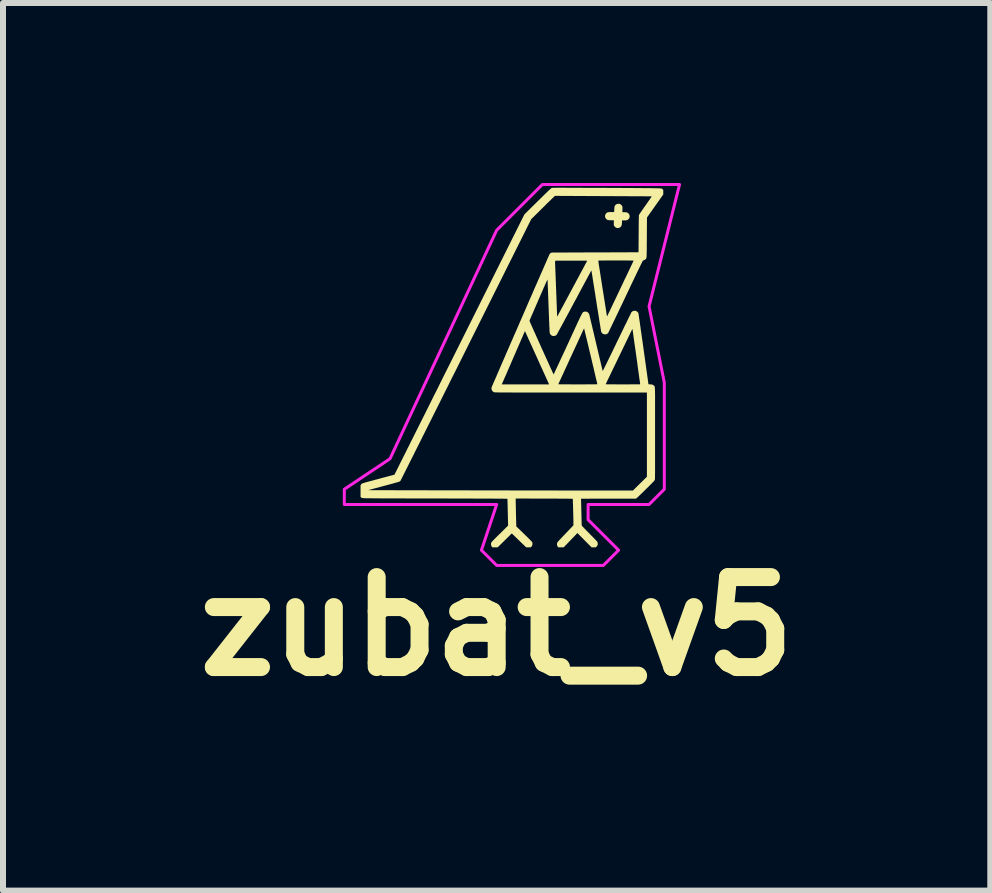
<source format=kicad_pcb>
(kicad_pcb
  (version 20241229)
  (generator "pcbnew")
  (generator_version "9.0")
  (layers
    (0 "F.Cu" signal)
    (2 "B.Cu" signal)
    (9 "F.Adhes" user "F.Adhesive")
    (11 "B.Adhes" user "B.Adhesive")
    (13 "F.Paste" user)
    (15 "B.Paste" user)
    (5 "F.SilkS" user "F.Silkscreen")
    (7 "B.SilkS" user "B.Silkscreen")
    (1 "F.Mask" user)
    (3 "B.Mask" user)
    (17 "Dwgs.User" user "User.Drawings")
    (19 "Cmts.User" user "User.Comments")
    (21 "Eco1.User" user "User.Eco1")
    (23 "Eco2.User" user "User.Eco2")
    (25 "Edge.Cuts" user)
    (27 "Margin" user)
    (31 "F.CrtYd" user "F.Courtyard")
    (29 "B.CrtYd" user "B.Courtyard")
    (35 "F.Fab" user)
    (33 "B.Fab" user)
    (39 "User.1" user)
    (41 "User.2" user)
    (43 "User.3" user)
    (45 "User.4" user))
  (footprint "zubat_v5"
    (layer "F.Cu")
    (at 5.483 3.073)
    (property "Reference" "zubat_v5" (at -0.254 4.318 0) (layer "F.SilkS") (effects (font (size 1.5 1.5) (thickness 0.3))))
    (attr board_only exclude_from_pos_files exclude_from_bom)
    (fp_poly (pts (xy 1.788 -2.726) (xy 1.797 -2.724) (xy 1.805 -2.721) (xy 1.809 -2.718) (xy 1.824 -2.707) (xy 1.835 -2.692) (xy 1.84 -2.681) (xy 1.842 -2.675) (xy 1.843 -2.669) (xy 1.843 -2.66) (xy 1.843 -2.649) (xy 1.843 -2.633) (xy 1.842 -2.627) (xy 1.841 -2.586) (xy 1.873 -2.586) (xy 1.893 -2.585) (xy 1.909 -2.583) (xy 1.921 -2.58) (xy 1.931 -2.575) (xy 1.941 -2.568) (xy 1.943 -2.565) (xy 1.955 -2.55) (xy 1.961 -2.533) (xy 1.963 -2.516) (xy 1.961 -2.498) (xy 1.953 -2.482) (xy 1.943 -2.47) (xy 1.935 -2.462) (xy 1.925 -2.456) (xy 1.914 -2.453) (xy 1.901 -2.45) (xy 1.883 -2.449) (xy 1.87 -2.449) (xy 1.836 -2.449) (xy 1.835 -2.44) (xy 1.835 -2.434) (xy 1.835 -2.424) (xy 1.834 -2.411) (xy 1.833 -2.4) (xy 1.832 -2.385) (xy 1.831 -2.375) (xy 1.829 -2.367) (xy 1.826 -2.361) (xy 1.824 -2.355) (xy 1.812 -2.341) (xy 1.798 -2.33) (xy 1.781 -2.323) (xy 1.763 -2.321) (xy 1.745 -2.324) (xy 1.742 -2.325) (xy 1.726 -2.334) (xy 1.712 -2.347) (xy 1.705 -2.356) (xy 1.702 -2.361) (xy 1.7 -2.366) (xy 1.699 -2.371) (xy 1.698 -2.377) (xy 1.698 -2.387) (xy 1.698 -2.4) (xy 1.698 -2.41) (xy 1.699 -2.452) (xy 1.654 -2.452) (xy 1.633 -2.452) (xy 1.617 -2.453) (xy 1.604 -2.455) (xy 1.593 -2.458) (xy 1.585 -2.462) (xy 1.577 -2.468) (xy 1.572 -2.472) (xy 1.561 -2.487) (xy 1.554 -2.504) (xy 1.552 -2.522) (xy 1.555 -2.539) (xy 1.562 -2.556) (xy 1.572 -2.568) (xy 1.58 -2.575) (xy 1.587 -2.58) (xy 1.596 -2.583) (xy 1.606 -2.586) (xy 1.62 -2.587) (xy 1.637 -2.588) (xy 1.657 -2.588) (xy 1.704 -2.588) (xy 1.706 -2.629) (xy 1.707 -2.648) (xy 1.708 -2.663) (xy 1.71 -2.674) (xy 1.712 -2.683) (xy 1.715 -2.69) (xy 1.719 -2.697) (xy 1.722 -2.701) (xy 1.735 -2.714) (xy 1.751 -2.722) (xy 1.77 -2.726) (xy 1.777 -2.726)) (stroke (width 0) (type solid)) (fill yes) (layer "F.SilkS"))
    (fp_poly (pts (xy 0.84 -2.994) (xy 0.87 -2.994) (xy 0.903 -2.993) (xy 0.939 -2.993) (xy 0.979 -2.993) (xy 1.023 -2.993) (xy 1.07 -2.993) (xy 1.122 -2.993) (xy 1.178 -2.992) (xy 1.239 -2.992) (xy 1.304 -2.992) (xy 1.374 -2.992) (xy 1.449 -2.991) (xy 1.529 -2.991) (xy 1.577 -2.991) (xy 1.661 -2.99) (xy 1.74 -2.99) (xy 1.813 -2.99) (xy 1.882 -2.989) (xy 1.946 -2.989) (xy 2.006 -2.989) (xy 2.061 -2.988) (xy 2.111 -2.988) (xy 2.158 -2.988) (xy 2.201 -2.987) (xy 2.24 -2.987) (xy 2.275 -2.987) (xy 2.308 -2.987) (xy 2.337 -2.986) (xy 2.362 -2.986) (xy 2.386 -2.985) (xy 2.406 -2.985) (xy 2.424 -2.985) (xy 2.439 -2.984) (xy 2.453 -2.984) (xy 2.464 -2.983) (xy 2.474 -2.982) (xy 2.482 -2.982) (xy 2.488 -2.981) (xy 2.494 -2.98) (xy 2.498 -2.979) (xy 2.501 -2.978) (xy 2.503 -2.977) (xy 2.505 -2.976) (xy 2.506 -2.974) (xy 2.508 -2.973) (xy 2.509 -2.972) (xy 2.51 -2.97) (xy 2.511 -2.968) (xy 2.512 -2.968) (xy 2.523 -2.957) (xy 2.523 -2.919) (xy 2.523 -2.881) (xy 2.387 -2.689) (xy 2.251 -2.497) (xy 2.249 -2.168) (xy 2.249 -2.117) (xy 2.248 -2.072) (xy 2.248 -2.031) (xy 2.248 -1.995) (xy 2.248 -1.964) (xy 2.247 -1.936) (xy 2.247 -1.912) (xy 2.246 -1.891) (xy 2.246 -1.874) (xy 2.245 -1.859) (xy 2.245 -1.847) (xy 2.244 -1.837) (xy 2.243 -1.829) (xy 2.241 -1.823) (xy 2.24 -1.818) (xy 2.238 -1.814) (xy 2.236 -1.811) (xy 2.234 -1.808) (xy 2.232 -1.806) (xy 2.229 -1.803) (xy 2.227 -1.801) (xy 2.217 -1.793) (xy 2.205 -1.787) (xy 2.193 -1.782) (xy 2.185 -1.781) (xy 2.183 -1.779) (xy 2.18 -1.773) (xy 2.175 -1.764) (xy 2.169 -1.75) (xy 2.16 -1.733) (xy 2.149 -1.712) (xy 2.137 -1.686) (xy 2.122 -1.656) (xy 2.106 -1.622) (xy 2.087 -1.583) (xy 2.067 -1.541) (xy 2.044 -1.493) (xy 2.019 -1.441) (xy 1.992 -1.385) (xy 1.963 -1.323) (xy 1.932 -1.257) (xy 1.898 -1.186) (xy 1.896 -1.181) (xy 1.87 -1.127) (xy 1.845 -1.074) (xy 1.82 -1.022) (xy 1.796 -0.973) (xy 1.774 -0.925) (xy 1.752 -0.879) (xy 1.731 -0.836) (xy 1.712 -0.795) (xy 1.693 -0.757) (xy 1.676 -0.721) (xy 1.661 -0.689) (xy 1.647 -0.661) (xy 1.635 -0.636) (xy 1.625 -0.615) (xy 1.617 -0.598) (xy 1.61 -0.585) (xy 1.606 -0.576) (xy 1.604 -0.573) (xy 1.604 -0.573) (xy 1.592 -0.561) (xy 1.577 -0.553) (xy 1.561 -0.549) (xy 1.544 -0.55) (xy 1.528 -0.554) (xy 1.513 -0.561) (xy 1.501 -0.572) (xy 1.491 -0.586) (xy 1.488 -0.595) (xy 1.487 -0.599) (xy 1.485 -0.608) (xy 1.483 -0.623) (xy 1.48 -0.641) (xy 1.476 -0.664) (xy 1.472 -0.691) (xy 1.467 -0.722) (xy 1.461 -0.756) (xy 1.455 -0.794) (xy 1.449 -0.834) (xy 1.442 -0.877) (xy 1.435 -0.922) (xy 1.427 -0.97) (xy 1.419 -1.019) (xy 1.411 -1.07) (xy 1.405 -1.112) (xy 1.396 -1.164) (xy 1.389 -1.214) (xy 1.381 -1.263) (xy 1.374 -1.309) (xy 1.367 -1.353) (xy 1.36 -1.395) (xy 1.354 -1.434) (xy 1.348 -1.47) (xy 1.343 -1.503) (xy 1.339 -1.532) (xy 1.334 -1.557) (xy 1.331 -1.578) (xy 1.328 -1.595) (xy 1.326 -1.607) (xy 1.325 -1.614) (xy 1.325 -1.616) (xy 1.324 -1.614) (xy 1.32 -1.607) (xy 1.314 -1.596) (xy 1.305 -1.58) (xy 1.295 -1.561) (xy 1.282 -1.538) (xy 1.268 -1.511) (xy 1.252 -1.481) (xy 1.234 -1.448) (xy 1.215 -1.413) (xy 1.194 -1.374) (xy 1.172 -1.333) (xy 1.149 -1.29) (xy 1.125 -1.245) (xy 1.1 -1.198) (xy 1.074 -1.149) (xy 1.047 -1.1) (xy 1.039 -1.086) (xy 1.013 -1.036) (xy 0.986 -0.987) (xy 0.961 -0.939) (xy 0.936 -0.893) (xy 0.912 -0.849) (xy 0.889 -0.807) (xy 0.868 -0.767) (xy 0.848 -0.73) (xy 0.829 -0.695) (xy 0.812 -0.664) (xy 0.797 -0.636) (xy 0.783 -0.611) (xy 0.772 -0.59) (xy 0.762 -0.572) (xy 0.755 -0.559) (xy 0.75 -0.55) (xy 0.748 -0.546) (xy 0.747 -0.545) (xy 0.735 -0.533) (xy 0.72 -0.526) (xy 0.704 -0.522) (xy 0.687 -0.522) (xy 0.671 -0.526) (xy 0.656 -0.534) (xy 0.644 -0.545) (xy 0.635 -0.56) (xy 0.632 -0.568) (xy 0.631 -0.57) (xy 0.63 -0.575) (xy 0.63 -0.581) (xy 0.629 -0.589) (xy 0.628 -0.6) (xy 0.627 -0.613) (xy 0.627 -0.628) (xy 0.626 -0.647) (xy 0.625 -0.669) (xy 0.623 -0.694) (xy 0.622 -0.724) (xy 0.621 -0.757) (xy 0.619 -0.794) (xy 0.618 -0.835) (xy 0.616 -0.882) (xy 0.614 -0.933) (xy 0.612 -0.989) (xy 0.611 -1.017) (xy 0.609 -1.066) (xy 0.607 -1.113) (xy 0.606 -1.158) (xy 0.604 -1.201) (xy 0.602 -1.242) (xy 0.601 -1.281) (xy 0.6 -1.317) (xy 0.598 -1.349) (xy 0.597 -1.378) (xy 0.596 -1.403) (xy 0.595 -1.424) (xy 0.595 -1.441) (xy 0.594 -1.453) (xy 0.594 -1.46) (xy 0.594 -1.462) (xy 0.593 -1.462) (xy 0.592 -1.461) (xy 0.59 -1.457) (xy 0.587 -1.451) (xy 0.583 -1.442) (xy 0.577 -1.431) (xy 0.57 -1.416) (xy 0.562 -1.398) (xy 0.553 -1.377) (xy 0.542 -1.352) (xy 0.529 -1.324) (xy 0.515 -1.291) (xy 0.499 -1.254) (xy 0.481 -1.213) (xy 0.461 -1.167) (xy 0.443 -1.126) (xy 0.426 -1.085) (xy 0.408 -1.045) (xy 0.392 -1.007) (xy 0.376 -0.971) (xy 0.361 -0.936) (xy 0.348 -0.905) (xy 0.335 -0.876) (xy 0.324 -0.85) (xy 0.314 -0.828) (xy 0.306 -0.809) (xy 0.3 -0.794) (xy 0.296 -0.783) (xy 0.293 -0.777) (xy 0.293 -0.776) (xy 0.294 -0.773) (xy 0.297 -0.766) (xy 0.302 -0.754) (xy 0.309 -0.738) (xy 0.317 -0.718) (xy 0.328 -0.695) (xy 0.339 -0.669) (xy 0.352 -0.64) (xy 0.366 -0.608) (xy 0.382 -0.574) (xy 0.398 -0.538) (xy 0.414 -0.501) (xy 0.432 -0.462) (xy 0.45 -0.422) (xy 0.468 -0.382) (xy 0.486 -0.341) (xy 0.504 -0.3) (xy 0.523 -0.26) (xy 0.541 -0.219) (xy 0.559 -0.18) (xy 0.576 -0.142) (xy 0.593 -0.105) (xy 0.609 -0.07) (xy 0.624 -0.037) (xy 0.637 -0.006) (xy 0.65 0.022) (xy 0.662 0.047) (xy 0.672 0.068) (xy 0.68 0.087) (xy 0.687 0.101) (xy 0.692 0.111) (xy 0.694 0.117) (xy 0.695 0.118) (xy 0.696 0.116) (xy 0.7 0.109) (xy 0.705 0.097) (xy 0.713 0.082) (xy 0.722 0.062) (xy 0.733 0.038) (xy 0.746 0.011) (xy 0.76 -0.019) (xy 0.776 -0.053) (xy 0.793 -0.09) (xy 0.811 -0.129) (xy 0.83 -0.17) (xy 0.851 -0.214) (xy 0.872 -0.26) (xy 0.894 -0.307) (xy 0.916 -0.356) (xy 0.932 -0.389) (xy 0.959 -0.449) (xy 0.985 -0.505) (xy 1.008 -0.556) (xy 1.03 -0.602) (xy 1.049 -0.645) (xy 1.067 -0.683) (xy 1.083 -0.718) (xy 1.097 -0.749) (xy 1.11 -0.776) (xy 1.122 -0.801) (xy 1.132 -0.823) (xy 1.141 -0.841) (xy 1.149 -0.858) (xy 1.156 -0.871) (xy 1.162 -0.883) (xy 1.168 -0.893) (xy 1.172 -0.901) (xy 1.176 -0.907) (xy 1.18 -0.912) (xy 1.183 -0.916) (xy 1.186 -0.919) (xy 1.189 -0.921) (xy 1.191 -0.922) (xy 1.194 -0.923) (xy 1.196 -0.924) (xy 1.199 -0.925) (xy 1.201 -0.926) (xy 1.211 -0.928) (xy 1.221 -0.93) (xy 1.225 -0.93) (xy 1.242 -0.928) (xy 1.258 -0.921) (xy 1.272 -0.91) (xy 1.283 -0.896) (xy 1.288 -0.885) (xy 1.289 -0.881) (xy 1.292 -0.872) (xy 1.295 -0.858) (xy 1.299 -0.84) (xy 1.305 -0.817) (xy 1.311 -0.791) (xy 1.318 -0.761) (xy 1.326 -0.727) (xy 1.335 -0.691) (xy 1.344 -0.651) (xy 1.354 -0.61) (xy 1.365 -0.566) (xy 1.375 -0.52) (xy 1.387 -0.472) (xy 1.398 -0.423) (xy 1.402 -0.408) (xy 1.413 -0.358) (xy 1.425 -0.311) (xy 1.436 -0.264) (xy 1.446 -0.22) (xy 1.456 -0.178) (xy 1.465 -0.139) (xy 1.474 -0.102) (xy 1.482 -0.068) (xy 1.489 -0.038) (xy 1.496 -0.011) (xy 1.501 0.012) (xy 1.506 0.031) (xy 1.509 0.046) (xy 1.512 0.055) (xy 1.513 0.06) (xy 1.513 0.061) (xy 1.514 0.06) (xy 1.517 0.055) (xy 1.522 0.046) (xy 1.528 0.034) (xy 1.536 0.018) (xy 1.546 -0.002) (xy 1.558 -0.026) (xy 1.572 -0.054) (xy 1.588 -0.087) (xy 1.606 -0.124) (xy 1.626 -0.165) (xy 1.648 -0.21) (xy 1.673 -0.261) (xy 1.699 -0.316) (xy 1.728 -0.375) (xy 1.751 -0.423) (xy 1.775 -0.472) (xy 1.798 -0.519) (xy 1.82 -0.565) (xy 1.841 -0.609) (xy 1.862 -0.652) (xy 1.881 -0.692) (xy 1.9 -0.729) (xy 1.917 -0.764) (xy 1.932 -0.796) (xy 1.946 -0.825) (xy 1.959 -0.851) (xy 1.97 -0.872) (xy 1.979 -0.89) (xy 1.985 -0.904) (xy 1.99 -0.914) (xy 1.993 -0.919) (xy 1.993 -0.919) (xy 2.006 -0.931) (xy 2.021 -0.939) (xy 2.038 -0.943) (xy 2.056 -0.942) (xy 2.067 -0.94) (xy 2.081 -0.933) (xy 2.093 -0.923) (xy 2.103 -0.912) (xy 2.108 -0.903) (xy 2.109 -0.9) (xy 2.11 -0.891) (xy 2.112 -0.878) (xy 2.115 -0.859) (xy 2.118 -0.837) (xy 2.122 -0.81) (xy 2.127 -0.779) (xy 2.132 -0.745) (xy 2.137 -0.707) (xy 2.143 -0.666) (xy 2.149 -0.622) (xy 2.156 -0.576) (xy 2.163 -0.527) (xy 2.17 -0.476) (xy 2.178 -0.423) (xy 2.185 -0.369) (xy 2.193 -0.313) (xy 2.194 -0.306) (xy 2.276 0.282) (xy 2.306 0.284) (xy 2.326 0.285) (xy 2.342 0.289) (xy 2.354 0.294) (xy 2.365 0.302) (xy 2.37 0.308) (xy 2.372 0.309) (xy 2.373 0.311) (xy 2.375 0.312) (xy 2.376 0.314) (xy 2.377 0.315) (xy 2.378 0.317) (xy 2.379 0.32) (xy 2.38 0.324) (xy 2.381 0.328) (xy 2.382 0.334) (xy 2.383 0.341) (xy 2.383 0.35) (xy 2.384 0.36) (xy 2.384 0.373) (xy 2.385 0.387) (xy 2.385 0.404) (xy 2.385 0.423) (xy 2.386 0.446) (xy 2.386 0.471) (xy 2.386 0.499) (xy 2.386 0.53) (xy 2.386 0.565) (xy 2.386 0.603) (xy 2.386 0.646) (xy 2.386 0.692) (xy 2.386 0.743) (xy 2.386 0.798) (xy 2.386 0.857) (xy 2.386 0.922) (xy 2.386 0.991) (xy 2.386 1.066) (xy 2.386 1.102) (xy 2.386 1.178) (xy 2.386 1.25) (xy 2.386 1.316) (xy 2.386 1.378) (xy 2.386 1.434) (xy 2.386 1.486) (xy 2.386 1.534) (xy 2.386 1.578) (xy 2.386 1.618) (xy 2.386 1.654) (xy 2.386 1.686) (xy 2.386 1.715) (xy 2.386 1.741) (xy 2.386 1.764) (xy 2.385 1.784) (xy 2.385 1.802) (xy 2.385 1.817) (xy 2.385 1.83) (xy 2.385 1.841) (xy 2.384 1.85) (xy 2.384 1.857) (xy 2.384 1.863) (xy 2.383 1.867) (xy 2.383 1.871) (xy 2.383 1.873) (xy 2.382 1.875) (xy 2.382 1.875) (xy 2.381 1.878) (xy 2.379 1.881) (xy 2.377 1.885) (xy 2.373 1.89) (xy 2.368 1.895) (xy 2.362 1.903) (xy 2.353 1.912) (xy 2.342 1.923) (xy 2.329 1.936) (xy 2.314 1.952) (xy 2.295 1.971) (xy 2.273 1.993) (xy 2.247 2.018) (xy 2.233 2.032) (xy 2.21 2.055) (xy 2.187 2.078) (xy 2.165 2.099) (xy 2.145 2.118) (xy 2.127 2.135) (xy 2.112 2.15) (xy 2.098 2.163) (xy 2.088 2.173) (xy 2.081 2.179) (xy 2.077 2.182) (xy 2.066 2.189) (xy 1.609 2.189) (xy 1.151 2.19) (xy 1.152 2.203) (xy 1.153 2.208) (xy 1.153 2.218) (xy 1.153 2.232) (xy 1.154 2.25) (xy 1.154 2.272) (xy 1.155 2.298) (xy 1.156 2.325) (xy 1.156 2.356) (xy 1.157 2.388) (xy 1.158 2.421) (xy 1.159 2.454) (xy 1.159 2.485) (xy 1.16 2.515) (xy 1.161 2.543) (xy 1.161 2.567) (xy 1.162 2.589) (xy 1.162 2.606) (xy 1.163 2.62) (xy 1.163 2.629) (xy 1.163 2.633) (xy 1.163 2.633) (xy 1.164 2.636) (xy 1.167 2.64) (xy 1.171 2.645) (xy 1.177 2.652) (xy 1.186 2.662) (xy 1.197 2.673) (xy 1.211 2.688) (xy 1.228 2.705) (xy 1.247 2.726) (xy 1.271 2.749) (xy 1.294 2.773) (xy 1.319 2.799) (xy 1.342 2.821) (xy 1.36 2.84) (xy 1.376 2.857) (xy 1.389 2.87) (xy 1.4 2.882) (xy 1.408 2.891) (xy 1.415 2.898) (xy 1.42 2.904) (xy 1.423 2.909) (xy 1.425 2.912) (xy 1.427 2.916) (xy 1.427 2.917) (xy 1.431 2.936) (xy 1.43 2.955) (xy 1.423 2.972) (xy 1.412 2.988) (xy 1.411 2.988) (xy 1.399 3) (xy 1.363 3) (xy 1.327 3) (xy 1.209 2.881) (xy 1.092 2.762) (xy 0.978 2.881) (xy 0.863 3) (xy 0.818 3) (xy 0.772 3) (xy 0.764 2.989) (xy 0.755 2.972) (xy 0.751 2.954) (xy 0.752 2.936) (xy 0.758 2.918) (xy 0.759 2.917) (xy 0.762 2.913) (xy 0.768 2.905) (xy 0.779 2.893) (xy 0.792 2.879) (xy 0.808 2.861) (xy 0.827 2.842) (xy 0.848 2.819) (xy 0.871 2.795) (xy 0.895 2.77) (xy 1.025 2.634) (xy 1.025 2.594) (xy 1.025 2.579) (xy 1.025 2.56) (xy 1.024 2.538) (xy 1.024 2.513) (xy 1.023 2.486) (xy 1.023 2.458) (xy 1.022 2.429) (xy 1.021 2.4) (xy 1.02 2.37) (xy 1.02 2.342) (xy 1.019 2.314) (xy 1.018 2.288) (xy 1.017 2.263) (xy 1.016 2.242) (xy 1.016 2.224) (xy 1.015 2.209) (xy 1.014 2.198) (xy 1.014 2.192) (xy 1.014 2.191) (xy 1.011 2.191) (xy 1.003 2.19) (xy 0.99 2.19) (xy 0.972 2.19) (xy 0.95 2.19) (xy 0.924 2.189) (xy 0.894 2.189) (xy 0.861 2.189) (xy 0.824 2.189) (xy 0.785 2.189) (xy 0.743 2.188) (xy 0.698 2.188) (xy 0.652 2.188) (xy 0.603 2.188) (xy 0.553 2.188) (xy 0.537 2.188) (xy 0.063 2.187) (xy 0.063 2.225) (xy 0.063 2.234) (xy 0.063 2.248) (xy 0.064 2.266) (xy 0.064 2.288) (xy 0.065 2.314) (xy 0.065 2.342) (xy 0.066 2.372) (xy 0.067 2.404) (xy 0.067 2.437) (xy 0.068 2.457) (xy 0.073 2.651) (xy 0.133 2.709) (xy 0.15 2.726) (xy 0.171 2.746) (xy 0.193 2.768) (xy 0.216 2.79) (xy 0.237 2.811) (xy 0.258 2.83) (xy 0.261 2.834) (xy 0.277 2.85) (xy 0.293 2.865) (xy 0.306 2.879) (xy 0.318 2.891) (xy 0.327 2.901) (xy 0.333 2.908) (xy 0.335 2.911) (xy 0.342 2.927) (xy 0.343 2.944) (xy 0.34 2.962) (xy 0.333 2.978) (xy 0.325 2.989) (xy 0.314 3) (xy 0.276 3) (xy 0.237 3) (xy 0.196 2.96) (xy 0.184 2.949) (xy 0.169 2.934) (xy 0.152 2.918) (xy 0.133 2.899) (xy 0.113 2.88) (xy 0.093 2.861) (xy 0.076 2.844) (xy -0.002 2.768) (xy -0.119 2.884) (xy -0.237 3) (xy -0.282 3) (xy -0.327 3) (xy -0.334 2.991) (xy -0.344 2.974) (xy -0.348 2.956) (xy -0.348 2.936) (xy -0.345 2.925) (xy -0.344 2.922) (xy -0.342 2.919) (xy -0.339 2.915) (xy -0.336 2.91) (xy -0.331 2.904) (xy -0.324 2.897) (xy -0.315 2.888) (xy -0.304 2.877) (xy -0.291 2.863) (xy -0.275 2.847) (xy -0.256 2.828) (xy -0.234 2.806) (xy -0.208 2.78) (xy -0.202 2.775) (xy -0.064 2.638) (xy -0.069 2.416) (xy -0.07 2.382) (xy -0.071 2.349) (xy -0.071 2.318) (xy -0.072 2.29) (xy -0.073 2.264) (xy -0.073 2.242) (xy -0.074 2.223) (xy -0.074 2.208) (xy -0.075 2.198) (xy -0.075 2.192) (xy -0.075 2.191) (xy -0.077 2.191) (xy -0.082 2.191) (xy -0.09 2.19) (xy -0.102 2.19) (xy -0.117 2.19) (xy -0.136 2.19) (xy -0.159 2.189) (xy -0.185 2.189) (xy -0.216 2.189) (xy -0.25 2.189) (xy -0.289 2.189) (xy -0.331 2.188) (xy -0.378 2.188) (xy -0.43 2.188) (xy -0.486 2.188) (xy -0.546 2.188) (xy -0.611 2.188) (xy -0.681 2.187) (xy -0.756 2.187) (xy -0.835 2.187) (xy -0.92 2.187) (xy -1.01 2.187) (xy -1.105 2.186) (xy -1.205 2.186) (xy -1.277 2.186) (xy -1.374 2.186) (xy -1.466 2.186) (xy -1.553 2.186) (xy -1.635 2.186) (xy -1.712 2.186) (xy -1.784 2.185) (xy -1.852 2.185) (xy -1.915 2.185) (xy -1.974 2.185) (xy -2.029 2.185) (xy -2.08 2.185) (xy -2.127 2.185) (xy -2.171 2.185) (xy -2.211 2.184) (xy -2.247 2.184) (xy -2.281 2.184) (xy -2.311 2.184) (xy -2.339 2.183) (xy -2.364 2.183) (xy -2.386 2.183) (xy -2.405 2.183) (xy -2.423 2.182) (xy -2.438 2.182) (xy -2.451 2.181) (xy -2.463 2.181) (xy -2.473 2.18) (xy -2.481 2.18) (xy -2.487 2.179) (xy -2.493 2.178) (xy -2.497 2.178) (xy -2.501 2.177) (xy -2.503 2.176) (xy -2.505 2.175) (xy -2.507 2.174) (xy -2.508 2.173) (xy -2.509 2.172) (xy -2.51 2.171) (xy -2.511 2.17) (xy -2.512 2.169) (xy -2.513 2.168) (xy -2.523 2.16) (xy -2.523 2.062) (xy -2.523 2.047) (xy -2.395 2.047) (xy -2.322 2.048) (xy -2.315 2.048) (xy -2.303 2.048) (xy -2.286 2.048) (xy -2.264 2.048) (xy -2.237 2.048) (xy -2.205 2.048) (xy -2.169 2.048) (xy -2.129 2.048) (xy -2.084 2.048) (xy -2.036 2.048) (xy -1.983 2.048) (xy -1.928 2.049) (xy -1.868 2.049) (xy -1.806 2.049) (xy -1.74 2.049) (xy -1.671 2.049) (xy -1.6 2.049) (xy -1.526 2.049) (xy -1.449 2.049) (xy -1.37 2.05) (xy -1.289 2.05) (xy -1.206 2.05) (xy -1.122 2.05) (xy -1.035 2.05) (xy -0.947 2.05) (xy -0.858 2.05) (xy -0.768 2.05) (xy -0.677 2.051) (xy -0.585 2.051) (xy -0.492 2.051) (xy -0.399 2.051) (xy -0.306 2.051) (xy -0.212 2.051) (xy -0.118 2.051) (xy -0.025 2.052) (xy 0.068 2.052) (xy 0.16 2.052) (xy 0.252 2.052) (xy 0.343 2.052) (xy 0.433 2.052) (xy 0.521 2.052) (xy 0.609 2.052) (xy 0.694 2.052) (xy 0.778 2.053) (xy 0.861 2.053) (xy 0.941 2.053) (xy 1.019 2.053) (xy 1.094 2.053) (xy 1.168 2.053) (xy 1.238 2.053) (xy 1.306 2.053) (xy 1.37 2.053) (xy 1.431 2.053) (xy 1.466 2.053) (xy 2.017 2.054) (xy 2.133 1.939) (xy 2.25 1.824) (xy 2.25 1.122) (xy 2.25 0.42) (xy 0.983 0.42) (xy 0.883 0.42) (xy 0.789 0.42) (xy 0.699 0.42) (xy 0.615 0.42) (xy 0.535 0.42) (xy 0.46 0.42) (xy 0.39 0.42) (xy 0.324 0.42) (xy 0.262 0.42) (xy 0.205 0.42) (xy 0.152 0.42) (xy 0.102 0.42) (xy 0.056 0.42) (xy 0.014 0.42) (xy -0.024 0.419) (xy -0.06 0.419) (xy -0.092 0.419) (xy -0.121 0.419) (xy -0.148 0.419) (xy -0.171 0.419) (xy -0.192 0.419) (xy -0.211 0.419) (xy -0.227 0.418) (xy -0.241 0.418) (xy -0.253 0.418) (xy -0.264 0.418) (xy -0.272 0.417) (xy -0.279 0.417) (xy -0.285 0.417) (xy -0.289 0.417) (xy -0.292 0.416) (xy -0.294 0.416) (xy -0.295 0.416) (xy -0.312 0.407) (xy -0.326 0.395) (xy -0.335 0.379) (xy -0.34 0.36) (xy -0.34 0.358) (xy -0.341 0.349) (xy -0.34 0.34) (xy -0.337 0.33) (xy -0.333 0.322) (xy -0.331 0.316) (xy -0.327 0.305) (xy -0.32 0.29) (xy -0.317 0.284) (xy -0.169 0.284) (xy 0.225 0.284) (xy 0.619 0.284) (xy 0.618 0.282) (xy 0.773 0.282) (xy 0.775 0.282) (xy 0.783 0.282) (xy 0.795 0.282) (xy 0.812 0.283) (xy 0.833 0.283) (xy 0.858 0.283) (xy 0.886 0.283) (xy 0.918 0.283) (xy 0.952 0.283) (xy 0.989 0.284) (xy 1.027 0.284) (xy 1.068 0.284) (xy 1.098 0.284) (xy 1.139 0.284) (xy 1.179 0.284) (xy 1.218 0.284) (xy 1.254 0.283) (xy 1.287 0.283) (xy 1.318 0.283) (xy 1.345 0.283) (xy 1.369 0.283) (xy 1.389 0.283) (xy 1.405 0.282) (xy 1.416 0.282) (xy 1.42 0.282) (xy 1.563 0.282) (xy 1.565 0.282) (xy 1.573 0.282) (xy 1.586 0.283) (xy 1.603 0.283) (xy 1.624 0.283) (xy 1.648 0.283) (xy 1.676 0.283) (xy 1.707 0.283) (xy 1.741 0.284) (xy 1.776 0.284) (xy 1.814 0.284) (xy 1.851 0.284) (xy 1.89 0.284) (xy 1.927 0.284) (xy 1.963 0.284) (xy 1.996 0.283) (xy 2.027 0.283) (xy 2.055 0.283) (xy 2.079 0.283) (xy 2.1 0.283) (xy 2.116 0.283) (xy 2.128 0.283) (xy 2.136 0.283) (xy 2.138 0.282) (xy 2.138 0.28) (xy 2.137 0.272) (xy 2.135 0.259) (xy 2.133 0.242) (xy 2.13 0.221) (xy 2.126 0.196) (xy 2.122 0.168) (xy 2.118 0.136) (xy 2.113 0.103) (xy 2.108 0.066) (xy 2.103 0.028) (xy 2.097 -0.012) (xy 2.092 -0.053) (xy 2.086 -0.095) (xy 2.08 -0.138) (xy 2.074 -0.181) (xy 2.068 -0.225) (xy 2.062 -0.267) (xy 2.056 -0.31) (xy 2.05 -0.351) (xy 2.044 -0.39) (xy 2.039 -0.428) (xy 2.034 -0.464) (xy 2.029 -0.498) (xy 2.025 -0.529) (xy 2.021 -0.556) (xy 2.018 -0.581) (xy 2.015 -0.601) (xy 2.012 -0.618) (xy 2.011 -0.63) (xy 2.01 -0.637) (xy 2.009 -0.639) (xy 2.009 -0.64) (xy 2.009 -0.64) (xy 2.009 -0.641) (xy 2.009 -0.641) (xy 2.009 -0.641) (xy 2.008 -0.64) (xy 2.007 -0.638) (xy 2.006 -0.635) (xy 2.004 -0.631) (xy 2.001 -0.626) (xy 1.997 -0.619) (xy 1.993 -0.61) (xy 1.988 -0.598) (xy 1.981 -0.585) (xy 1.973 -0.569) (xy 1.965 -0.551) (xy 1.954 -0.53) (xy 1.942 -0.505) (xy 1.929 -0.478) (xy 1.914 -0.447) (xy 1.897 -0.412) (xy 1.879 -0.374) (xy 1.858 -0.331) (xy 1.836 -0.285) (xy 1.811 -0.233) (xy 1.784 -0.178) (xy 1.771 -0.151) (xy 1.749 -0.105) (xy 1.728 -0.061) (xy 1.707 -0.018) (xy 1.687 0.023) (xy 1.669 0.061) (xy 1.651 0.098) (xy 1.635 0.132) (xy 1.62 0.163) (xy 1.606 0.191) (xy 1.594 0.216) (xy 1.584 0.237) (xy 1.576 0.255) (xy 1.569 0.268) (xy 1.565 0.277) (xy 1.563 0.281) (xy 1.563 0.282) (xy 1.42 0.282) (xy 1.422 0.282) (xy 1.424 0.282) (xy 1.423 0.278) (xy 1.421 0.27) (xy 1.419 0.258) (xy 1.415 0.241) (xy 1.41 0.22) (xy 1.404 0.195) (xy 1.397 0.167) (xy 1.39 0.136) (xy 1.382 0.103) (xy 1.374 0.067) (xy 1.365 0.029) (xy 1.356 -0.01) (xy 1.346 -0.051) (xy 1.336 -0.093) (xy 1.326 -0.136) (xy 1.316 -0.179) (xy 1.306 -0.222) (xy 1.295 -0.264) (xy 1.285 -0.307) (xy 1.276 -0.348) (xy 1.266 -0.388) (xy 1.257 -0.426) (xy 1.248 -0.462) (xy 1.24 -0.496) (xy 1.232 -0.528) (xy 1.225 -0.557) (xy 1.219 -0.582) (xy 1.214 -0.604) (xy 1.21 -0.622) (xy 1.206 -0.636) (xy 1.204 -0.645) (xy 1.203 -0.649) (xy 1.202 -0.65) (xy 1.201 -0.647) (xy 1.198 -0.64) (xy 1.192 -0.628) (xy 1.185 -0.612) (xy 1.175 -0.592) (xy 1.164 -0.568) (xy 1.152 -0.541) (xy 1.138 -0.51) (xy 1.122 -0.477) (xy 1.106 -0.441) (xy 1.088 -0.402) (xy 1.069 -0.361) (xy 1.049 -0.318) (xy 1.028 -0.273) (xy 1.007 -0.226) (xy 0.987 -0.184) (xy 0.965 -0.137) (xy 0.944 -0.09) (xy 0.924 -0.046) (xy 0.904 -0.003) (xy 0.885 0.038) (xy 0.867 0.077) (xy 0.851 0.113) (xy 0.835 0.146) (xy 0.822 0.176) (xy 0.809 0.203) (xy 0.798 0.226) (xy 0.789 0.246) (xy 0.782 0.261) (xy 0.777 0.273) (xy 0.774 0.279) (xy 0.773 0.282) (xy 0.618 0.282) (xy 0.615 0.275) (xy 0.614 0.271) (xy 0.61 0.263) (xy 0.605 0.251) (xy 0.597 0.234) (xy 0.588 0.213) (xy 0.577 0.189) (xy 0.564 0.161) (xy 0.55 0.13) (xy 0.535 0.097) (xy 0.518 0.06) (xy 0.501 0.022) (xy 0.482 -0.019) (xy 0.463 -0.062) (xy 0.443 -0.106) (xy 0.422 -0.152) (xy 0.419 -0.16) (xy 0.398 -0.205) (xy 0.378 -0.25) (xy 0.358 -0.293) (xy 0.34 -0.334) (xy 0.322 -0.373) (xy 0.305 -0.41) (xy 0.29 -0.444) (xy 0.275 -0.475) (xy 0.263 -0.504) (xy 0.251 -0.529) (xy 0.242 -0.55) (xy 0.234 -0.568) (xy 0.228 -0.581) (xy 0.224 -0.59) (xy 0.222 -0.594) (xy 0.222 -0.594) (xy 0.219 -0.6) (xy 0.217 -0.601) (xy 0.215 -0.6) (xy 0.214 -0.597) (xy 0.211 -0.589) (xy 0.205 -0.577) (xy 0.198 -0.561) (xy 0.189 -0.54) (xy 0.179 -0.516) (xy 0.167 -0.489) (xy 0.153 -0.458) (xy 0.139 -0.424) (xy 0.123 -0.388) (xy 0.106 -0.349) (xy 0.088 -0.309) (xy 0.07 -0.266) (xy 0.051 -0.221) (xy 0.031 -0.176) (xy 0.027 -0.167) (xy 0.007 -0.121) (xy -0.012 -0.077) (xy -0.031 -0.033) (xy -0.049 0.008) (xy -0.066 0.048) (xy -0.082 0.085) (xy -0.097 0.12) (xy -0.111 0.151) (xy -0.124 0.18) (xy -0.135 0.205) (xy -0.144 0.227) (xy -0.152 0.245) (xy -0.158 0.258) (xy -0.162 0.267) (xy -0.164 0.272) (xy -0.164 0.272) (xy -0.169 0.284) (xy -0.317 0.284) (xy -0.312 0.271) (xy -0.302 0.247) (xy -0.29 0.22) (xy -0.276 0.189) (xy -0.261 0.154) (xy -0.245 0.116) (xy -0.227 0.075) (xy -0.208 0.031) (xy -0.188 -0.016) (xy -0.167 -0.065) (xy -0.144 -0.116) (xy -0.121 -0.17) (xy -0.097 -0.226) (xy -0.072 -0.283) (xy -0.046 -0.342) (xy -0.02 -0.403) (xy 0.007 -0.464) (xy 0.034 -0.527) (xy 0.062 -0.59) (xy 0.09 -0.654) (xy 0.118 -0.719) (xy 0.146 -0.783) (xy 0.174 -0.848) (xy 0.202 -0.912) (xy 0.23 -0.976) (xy 0.257 -1.039) (xy 0.284 -1.102) (xy 0.311 -1.163) (xy 0.338 -1.224) (xy 0.363 -1.283) (xy 0.388 -1.34) (xy 0.413 -1.396) (xy 0.436 -1.45) (xy 0.459 -1.501) (xy 0.48 -1.551) (xy 0.501 -1.597) (xy 0.52 -1.641) (xy 0.538 -1.682) (xy 0.554 -1.72) (xy 0.57 -1.755) (xy 0.719 -1.755) (xy 0.719 -1.746) (xy 0.719 -1.742) (xy 0.719 -1.734) (xy 0.72 -1.72) (xy 0.721 -1.702) (xy 0.722 -1.68) (xy 0.723 -1.654) (xy 0.724 -1.625) (xy 0.725 -1.594) (xy 0.727 -1.559) (xy 0.728 -1.522) (xy 0.73 -1.484) (xy 0.731 -1.443) (xy 0.733 -1.402) (xy 0.734 -1.36) (xy 0.736 -1.317) (xy 0.738 -1.274) (xy 0.739 -1.232) (xy 0.741 -1.19) (xy 0.743 -1.149) (xy 0.744 -1.109) (xy 0.745 -1.071) (xy 0.747 -1.035) (xy 0.748 -1.002) (xy 0.749 -0.971) (xy 0.75 -0.943) (xy 0.751 -0.919) (xy 0.752 -0.898) (xy 0.752 -0.882) (xy 0.753 -0.87) (xy 0.753 -0.863) (xy 0.753 -0.862) (xy 0.753 -0.853) (xy 0.754 -0.847) (xy 0.755 -0.847) (xy 0.757 -0.85) (xy 0.761 -0.857) (xy 0.767 -0.868) (xy 0.776 -0.884) (xy 0.786 -0.904) (xy 0.799 -0.927) (xy 0.813 -0.953) (xy 0.829 -0.983) (xy 0.847 -1.016) (xy 0.866 -1.051) (xy 0.886 -1.089) (xy 0.908 -1.129) (xy 0.93 -1.171) (xy 0.954 -1.215) (xy 0.978 -1.26) (xy 1.003 -1.307) (xy 1.006 -1.313) (xy 1.031 -1.36) (xy 1.056 -1.405) (xy 1.079 -1.449) (xy 1.102 -1.491) (xy 1.124 -1.532) (xy 1.144 -1.57) (xy 1.163 -1.605) (xy 1.181 -1.638) (xy 1.197 -1.668) (xy 1.211 -1.695) (xy 1.223 -1.719) (xy 1.234 -1.738) (xy 1.243 -1.754) (xy 1.249 -1.766) (xy 1.253 -1.774) (xy 1.255 -1.777) (xy 1.255 -1.777) (xy 1.252 -1.777) (xy 1.244 -1.777) (xy 1.232 -1.778) (xy 1.215 -1.778) (xy 1.194 -1.778) (xy 1.17 -1.778) (xy 1.142 -1.778) (xy 1.112 -1.778) (xy 1.079 -1.778) (xy 1.044 -1.778) (xy 1.007 -1.778) (xy 0.99 -1.778) (xy 0.726 -1.778) (xy 0.722 -1.767) (xy 0.719 -1.755) (xy 0.57 -1.755) (xy 0.57 -1.755) (xy 0.58 -1.779) (xy 1.439 -1.779) (xy 1.44 -1.776) (xy 1.441 -1.768) (xy 1.443 -1.755) (xy 1.445 -1.738) (xy 1.448 -1.716) (xy 1.452 -1.691) (xy 1.457 -1.661) (xy 1.462 -1.628) (xy 1.468 -1.592) (xy 1.474 -1.553) (xy 1.48 -1.512) (xy 1.487 -1.468) (xy 1.494 -1.422) (xy 1.502 -1.374) (xy 1.509 -1.325) (xy 1.511 -1.313) (xy 1.519 -1.264) (xy 1.527 -1.216) (xy 1.534 -1.169) (xy 1.541 -1.125) (xy 1.548 -1.083) (xy 1.554 -1.043) (xy 1.56 -1.007) (xy 1.565 -0.973) (xy 1.57 -0.943) (xy 1.574 -0.916) (xy 1.577 -0.894) (xy 1.58 -0.875) (xy 1.583 -0.862) (xy 1.584 -0.852) (xy 1.585 -0.848) (xy 1.585 -0.848) (xy 1.585 -0.848) (xy 1.585 -0.849) (xy 1.586 -0.85) (xy 1.587 -0.852) (xy 1.589 -0.856) (xy 1.592 -0.861) (xy 1.595 -0.867) (xy 1.599 -0.875) (xy 1.604 -0.886) (xy 1.61 -0.898) (xy 1.617 -0.913) (xy 1.626 -0.931) (xy 1.636 -0.952) (xy 1.647 -0.975) (xy 1.66 -1.002) (xy 1.674 -1.032) (xy 1.69 -1.066) (xy 1.708 -1.104) (xy 1.728 -1.145) (xy 1.75 -1.191) (xy 1.774 -1.242) (xy 1.8 -1.297) (xy 1.81 -1.319) (xy 1.833 -1.366) (xy 1.854 -1.411) (xy 1.875 -1.456) (xy 1.896 -1.498) (xy 1.915 -1.538) (xy 1.933 -1.576) (xy 1.95 -1.612) (xy 1.965 -1.645) (xy 1.979 -1.674) (xy 1.992 -1.701) (xy 2.003 -1.724) (xy 2.012 -1.743) (xy 2.019 -1.758) (xy 2.024 -1.769) (xy 2.027 -1.776) (xy 2.028 -1.778) (xy 2.028 -1.778) (xy 2.025 -1.779) (xy 2.019 -1.779) (xy 2.011 -1.779) (xy 2 -1.78) (xy 1.986 -1.78) (xy 1.969 -1.78) (xy 1.948 -1.78) (xy 1.923 -1.781) (xy 1.893 -1.781) (xy 1.859 -1.781) (xy 1.821 -1.781) (xy 1.777 -1.781) (xy 1.735 -1.781) (xy 1.695 -1.781) (xy 1.657 -1.781) (xy 1.621 -1.781) (xy 1.587 -1.781) (xy 1.556 -1.781) (xy 1.528 -1.78) (xy 1.503 -1.78) (xy 1.481 -1.78) (xy 1.464 -1.78) (xy 1.451 -1.779) (xy 1.442 -1.779) (xy 1.439 -1.779) (xy 1.439 -1.779) (xy 0.58 -1.779) (xy 0.583 -1.786) (xy 0.595 -1.814) (xy 0.606 -1.837) (xy 0.614 -1.856) (xy 0.621 -1.872) (xy 0.626 -1.882) (xy 0.628 -1.888) (xy 0.629 -1.889) (xy 0.635 -1.896) (xy 0.644 -1.903) (xy 0.649 -1.906) (xy 0.661 -1.913) (xy 1.386 -1.916) (xy 1.448 -1.916) (xy 1.509 -1.916) (xy 1.568 -1.916) (xy 1.626 -1.916) (xy 1.681 -1.917) (xy 1.734 -1.917) (xy 1.785 -1.917) (xy 1.833 -1.917) (xy 1.877 -1.917) (xy 1.919 -1.917) (xy 1.957 -1.918) (xy 1.991 -1.918) (xy 2.022 -1.918) (xy 2.048 -1.918) (xy 2.07 -1.918) (xy 2.087 -1.918) (xy 2.1 -1.918) (xy 2.108 -1.918) (xy 2.11 -1.918) (xy 2.11 -1.921) (xy 2.11 -1.929) (xy 2.11 -1.941) (xy 2.111 -1.958) (xy 2.111 -1.98) (xy 2.111 -2.004) (xy 2.111 -2.033) (xy 2.111 -2.064) (xy 2.112 -2.098) (xy 2.112 -2.134) (xy 2.112 -2.172) (xy 2.112 -2.212) (xy 2.113 -2.224) (xy 2.113 -2.273) (xy 2.113 -2.317) (xy 2.113 -2.357) (xy 2.114 -2.391) (xy 2.114 -2.421) (xy 2.114 -2.447) (xy 2.115 -2.469) (xy 2.115 -2.488) (xy 2.116 -2.503) (xy 2.116 -2.516) (xy 2.116 -2.525) (xy 2.117 -2.532) (xy 2.117 -2.537) (xy 2.118 -2.54) (xy 2.118 -2.54) (xy 2.12 -2.544) (xy 2.125 -2.552) (xy 2.133 -2.564) (xy 2.143 -2.579) (xy 2.155 -2.596) (xy 2.169 -2.617) (xy 2.185 -2.639) (xy 2.201 -2.663) (xy 2.219 -2.688) (xy 2.227 -2.699) (xy 2.245 -2.725) (xy 2.262 -2.749) (xy 2.277 -2.771) (xy 2.292 -2.791) (xy 2.304 -2.809) (xy 2.314 -2.824) (xy 2.322 -2.836) (xy 2.328 -2.844) (xy 2.331 -2.849) (xy 2.331 -2.849) (xy 2.328 -2.849) (xy 2.32 -2.85) (xy 2.307 -2.85) (xy 2.289 -2.85) (xy 2.267 -2.85) (xy 2.24 -2.85) (xy 2.209 -2.851) (xy 2.174 -2.851) (xy 2.135 -2.851) (xy 2.093 -2.851) (xy 2.047 -2.852) (xy 1.998 -2.852) (xy 1.947 -2.852) (xy 1.892 -2.853) (xy 1.835 -2.853) (xy 1.776 -2.853) (xy 1.715 -2.853) (xy 1.652 -2.854) (xy 1.588 -2.854) (xy 1.523 -2.854) (xy 0.717 -2.858) (xy 0.659 -2.802) (xy 0.647 -2.791) (xy 0.632 -2.776) (xy 0.614 -2.758) (xy 0.593 -2.738) (xy 0.57 -2.716) (xy 0.547 -2.692) (xy 0.522 -2.668) (xy 0.497 -2.643) (xy 0.472 -2.618) (xy 0.462 -2.608) (xy 0.322 -2.47) (xy -0.764 -0.295) (xy -0.815 -0.192) (xy -0.866 -0.09) (xy -0.916 0.011) (xy -0.966 0.11) (xy -1.015 0.207) (xy -1.062 0.303) (xy -1.11 0.398) (xy -1.156 0.49) (xy -1.201 0.581) (xy -1.245 0.669) (xy -1.288 0.755) (xy -1.33 0.839) (xy -1.371 0.921) (xy -1.411 1) (xy -1.449 1.077) (xy -1.486 1.15) (xy -1.521 1.221) (xy -1.555 1.289) (xy -1.588 1.354) (xy -1.619 1.416) (xy -1.648 1.475) (xy -1.676 1.53) (xy -1.702 1.582) (xy -1.726 1.63) (xy -1.748 1.674) (xy -1.769 1.715) (xy -1.787 1.751) (xy -1.803 1.784) (xy -1.818 1.812) (xy -1.83 1.837) (xy -1.84 1.856) (xy -1.848 1.872) (xy -1.853 1.883) (xy -1.856 1.889) (xy -1.857 1.89) (xy -1.865 1.897) (xy -1.874 1.904) (xy -1.877 1.906) (xy -1.881 1.907) (xy -1.89 1.91) (xy -1.904 1.914) (xy -1.922 1.919) (xy -1.943 1.925) (xy -1.968 1.932) (xy -1.996 1.94) (xy -2.027 1.948) (xy -2.059 1.957) (xy -2.094 1.966) (xy -2.13 1.976) (xy -2.142 1.979) (xy -2.395 2.047) (xy -2.523 2.047) (xy -2.523 1.965) (xy -2.515 1.954) (xy -2.508 1.945) (xy -2.5 1.938) (xy -2.497 1.937) (xy -2.493 1.935) (xy -2.483 1.932) (xy -2.468 1.927) (xy -2.449 1.921) (xy -2.424 1.914) (xy -2.395 1.906) (xy -2.361 1.897) (xy -2.323 1.887) (xy -2.281 1.875) (xy -2.234 1.863) (xy -2.223 1.86) (xy -2.187 1.85) (xy -2.151 1.84) (xy -2.118 1.832) (xy -2.086 1.823) (xy -2.058 1.816) (xy -2.032 1.809) (xy -2.009 1.803) (xy -1.991 1.798) (xy -1.976 1.794) (xy -1.965 1.791) (xy -1.959 1.789) (xy -1.958 1.789) (xy -1.957 1.787) (xy -1.953 1.78) (xy -1.947 1.768) (xy -1.939 1.751) (xy -1.928 1.73) (xy -1.916 1.705) (xy -1.901 1.676) (xy -1.884 1.642) (xy -1.866 1.605) (xy -1.845 1.563) (xy -1.822 1.518) (xy -1.798 1.469) (xy -1.771 1.417) (xy -1.744 1.361) (xy -1.714 1.302) (xy -1.683 1.239) (xy -1.65 1.174) (xy -1.616 1.105) (xy -1.58 1.033) (xy -1.543 0.959) (xy -1.504 0.882) (xy -1.464 0.802) (xy -1.423 0.72) (xy -1.381 0.636) (xy -1.338 0.549) (xy -1.294 0.46) (xy -1.248 0.37) (xy -1.202 0.277) (xy -1.155 0.182) (xy -1.107 0.086) (xy -1.058 -0.012) (xy -1.008 -0.111) (xy -0.958 -0.212) (xy -0.907 -0.314) (xy -0.874 -0.38) (xy 0.208 -2.549) (xy 0.284 -2.624) (xy 0.328 -2.668) (xy 0.369 -2.708) (xy 0.406 -2.745) (xy 0.44 -2.778) (xy 0.471 -2.809) (xy 0.499 -2.836) (xy 0.523 -2.86) (xy 0.545 -2.882) (xy 0.565 -2.901) (xy 0.582 -2.918) (xy 0.597 -2.932) (xy 0.61 -2.945) (xy 0.621 -2.955) (xy 0.631 -2.964) (xy 0.639 -2.971) (xy 0.645 -2.977) (xy 0.651 -2.981) (xy 0.655 -2.985) (xy 0.658 -2.987) (xy 0.661 -2.989) (xy 0.664 -2.99) (xy 0.665 -2.99) (xy 0.666 -2.991) (xy 0.668 -2.991) (xy 0.671 -2.991) (xy 0.674 -2.992) (xy 0.678 -2.992) (xy 0.684 -2.992) (xy 0.691 -2.993) (xy 0.699 -2.993) (xy 0.709 -2.993) (xy 0.721 -2.993) (xy 0.734 -2.993) (xy 0.75 -2.993) (xy 0.769 -2.994) (xy 0.79 -2.994) (xy 0.813 -2.994)) (stroke (width 0) (type solid)) (fill yes) (layer "F.SilkS"))
    (fp_poly (pts (xy -2.794 2.286) (xy -0.254 2.286) (xy -0.508 3.048) (xy -0.254 3.302) (xy 1.524 3.302) (xy 1.778 3.048) (xy 1.27 2.54) (xy 1.27 2.286) (xy 2.286 2.286) (xy 2.54 2.032) (xy 2.54 0.254) (xy 2.286 -1.016) (xy 2.794 -3.048) (xy 0.508 -3.048) (xy -0.254 -2.286) (xy -2.032 1.524) (xy -2.794 2.032)) (stroke (width 0.05) (type solid)) (fill no) (layer "F.CrtYd")))
  (gr_rect
    (start -3 -3)
    (end 13.457 11.795)
    (stroke (width 0.1) (type default))
    (fill no)
    (layer "Edge.Cuts")))
</source>
